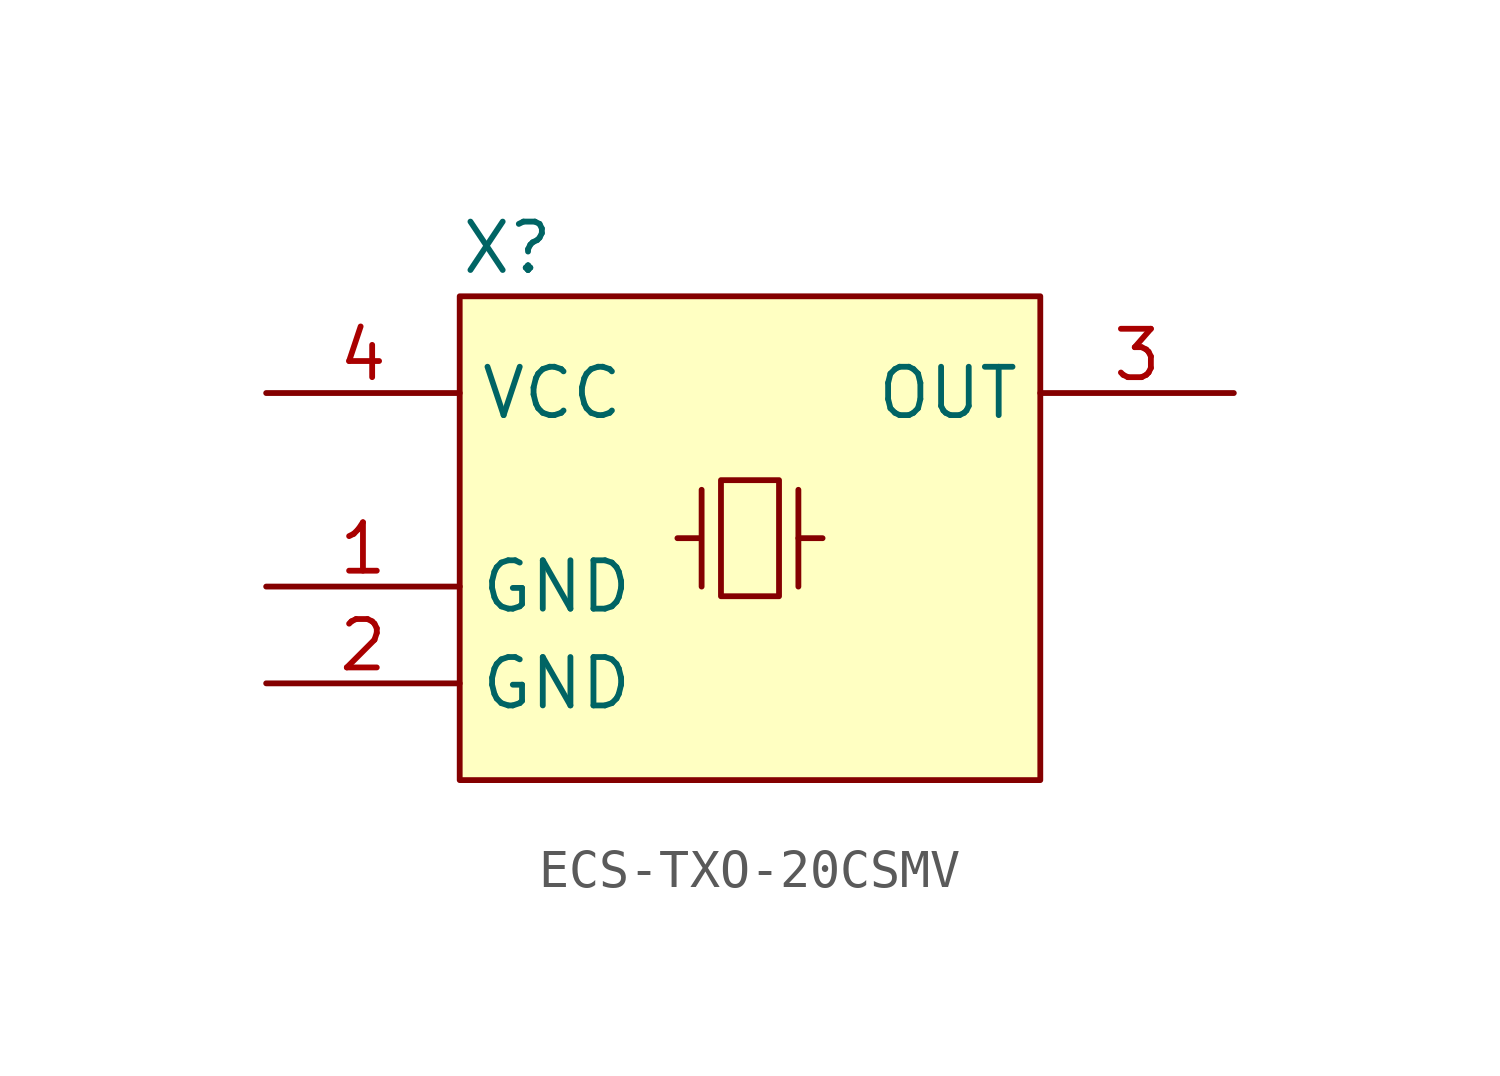
<source format=kicad_sym>
(kicad_symbol_lib
  (version 20220914)
  (generator kicad_symbol_editor)
  (symbol "ECS-TXO-20CSMV"
    (property "Reference" "X"
      (at -7.62 7.62 0)
      (effects (font (size 1.27 1.27)) (justify left)))
    (property "Value" ""
      (at 0 -2.54 0)
      (effects (font (size 1.27 1.27))))
    (symbol "ECS-TXO-20CSMV_0_1"
      (rectangle (start -7.62 6.35) (end 7.62 -6.35) (stroke (width 0) (type default)) (fill (type background)))
      (rectangle (start -0.762 1.524) (end 0.762 -1.524) (stroke (width 0) (type default)) (fill (type none)))
      (polyline (pts (xy 1.27 0) (xy 1.905 0)) (stroke (width 0) (type default)) (fill (type none)))
      (polyline (pts (xy 1.27 1.27) (xy 1.27 -1.27)) (stroke (width 0) (type default)) (fill (type none)))
      (polyline (pts (xy -1.27 1.27) (xy -1.27 -1.27) (xy -1.27 0) (xy -1.905 0)) (stroke (width 0) (type default)) (fill (type none))))
    (symbol "ECS-TXO-20CSMV_1_1"
      (pin power_in line (at -12.7 -1.27 0) (length 5.08) (name "GND" (effects (font (size 1.27 1.27)))) (number "1" (effects (font (size 1.27 1.27)))))
      (pin power_in line (at -12.7 -3.81 0) (length 5.08) (name "GND" (effects (font (size 1.27 1.27)))) (number "2" (effects (font (size 1.27 1.27)))))
      (pin output line (at 12.7 3.81 180) (length 5.08) (name "OUT" (effects (font (size 1.27 1.27)))) (number "3" (effects (font (size 1.27 1.27)))))
      (pin power_in line (at -12.7 3.81 0) (length 5.08) (name "VCC" (effects (font (size 1.27 1.27)))) (number "4" (effects (font (size 1.27 1.27))))))))
</source>
